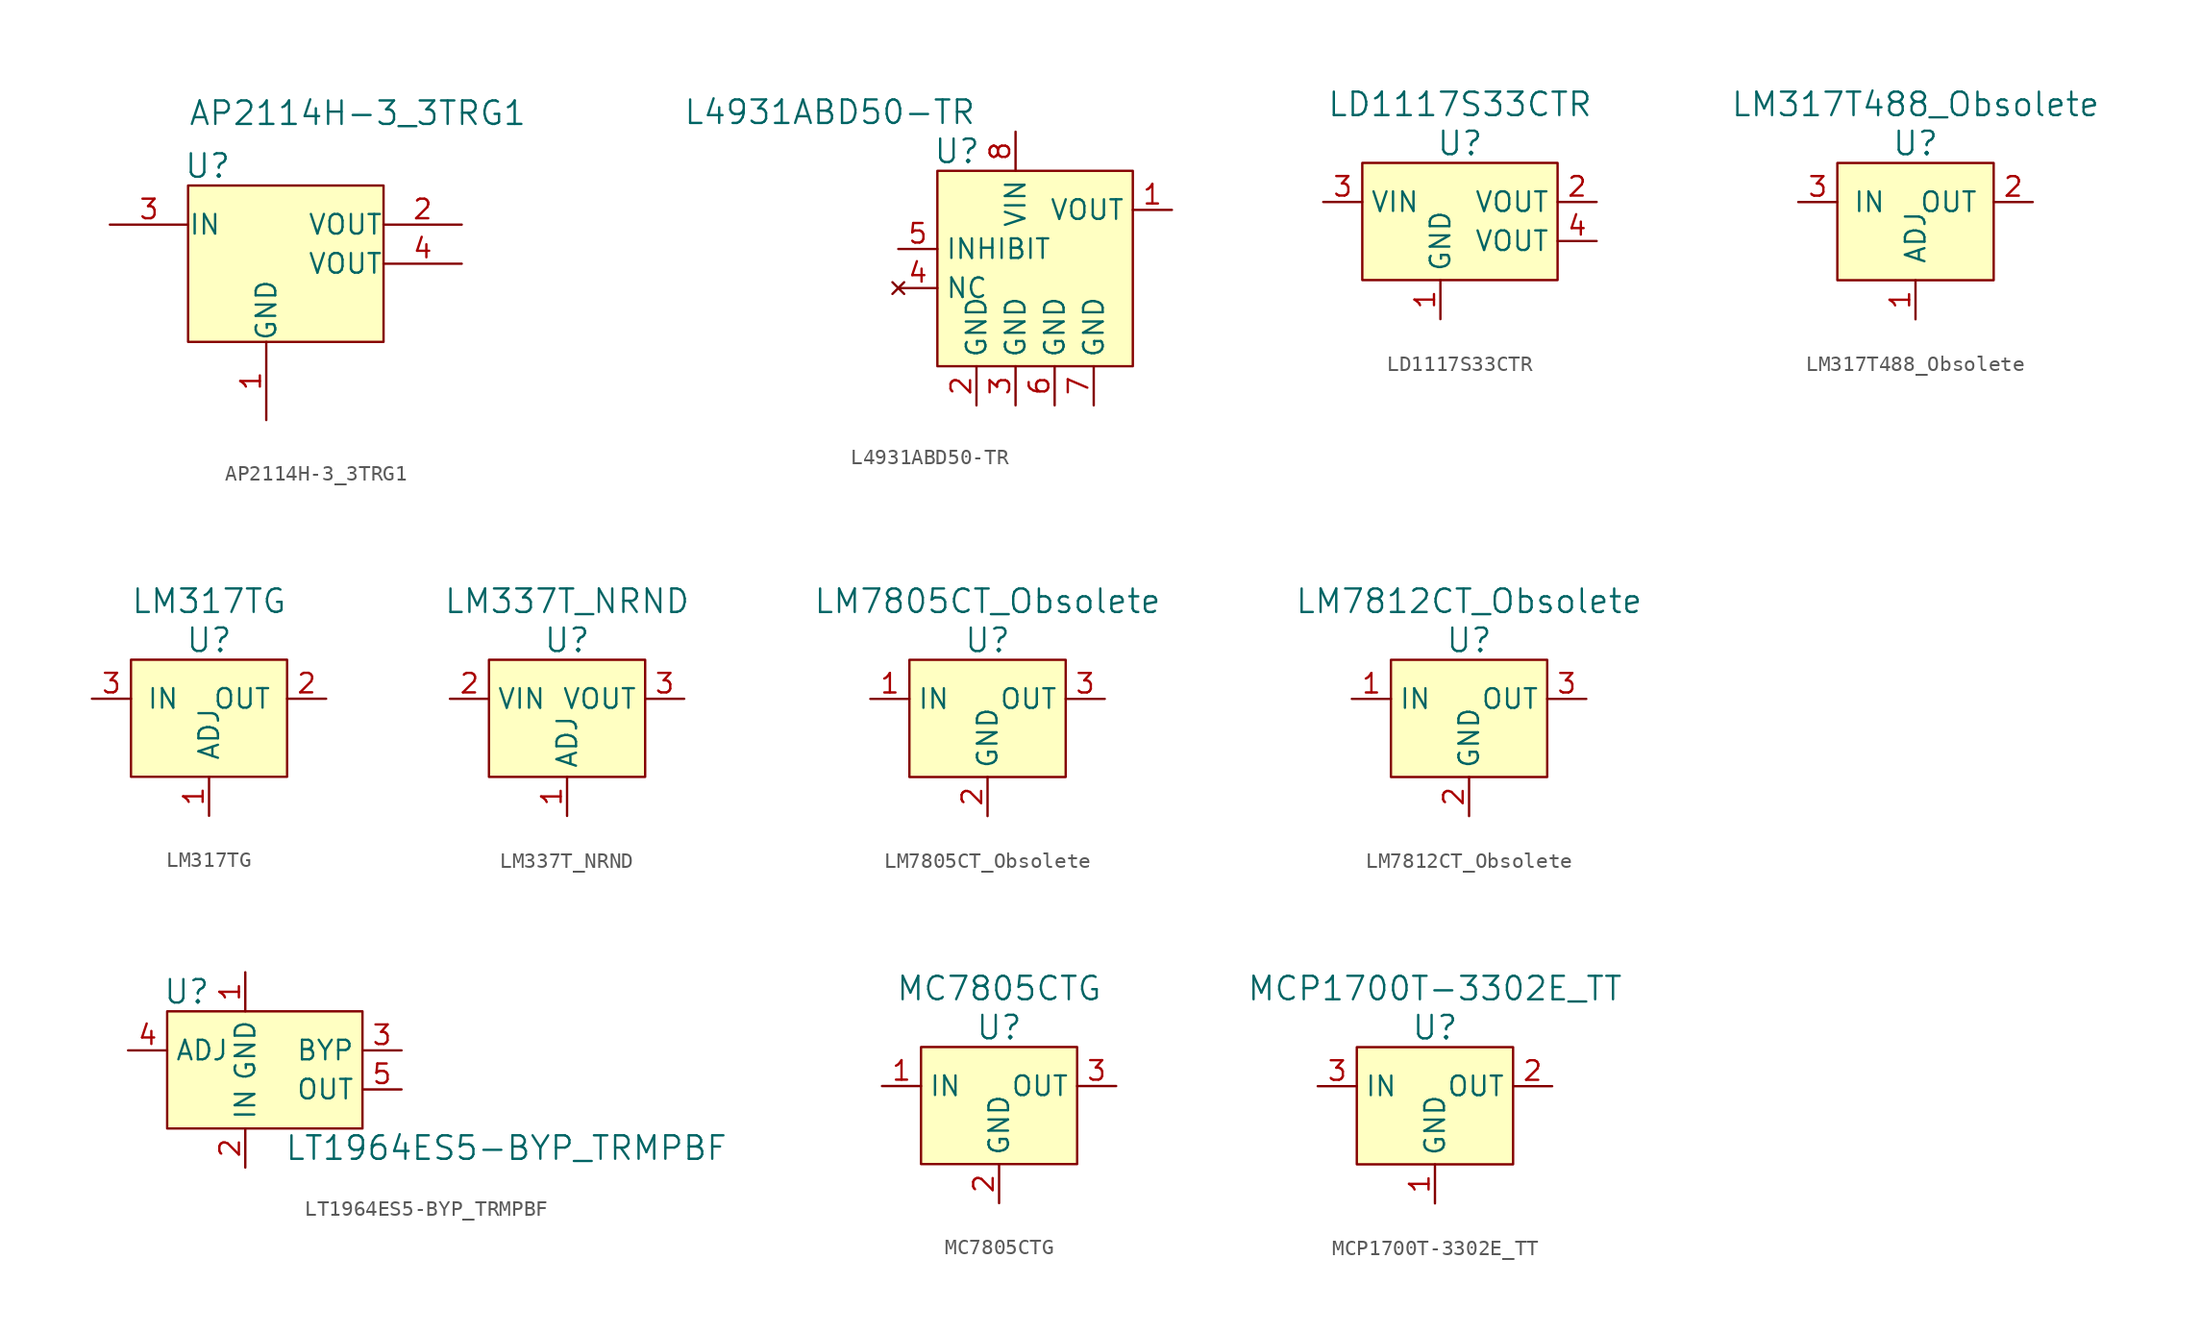
<source format=kicad_sym>
(kicad_symbol_lib
  (version 20201005)
  (generator kicad_symbol_editor)
  (symbol "AP2114H-3_3TRG1"
    (pin_names
      (offset 0.025))
    (property "Reference" "U"
      (at -6.35 3.81 0)
      (effects (font (size 1.524 1.524))))
    (property "Value" "AP2114H-3_3TRG1"
      (at -7.62 6.35 0)
      (effects (font (size 1.524 1.524)) (justify left bottom)))
    (symbol "AP2114H-3_3TRG1_0_1"
      (rectangle (start -7.62 2.54) (end 5.08 -7.62) (stroke (width 0)) (fill (type background))))
    (symbol "AP2114H-3_3TRG1_1_1"
      (pin power_in line (at -2.54 -12.7 90) (length 5.08) (name "GND" (effects (font (size 1.27 1.27)))) (number "1" (effects (font (size 1.27 1.27)))))
      (pin output line (at 10.16 0 180) (length 5.08) (name "VOUT" (effects (font (size 1.27 1.27)))) (number "2" (effects (font (size 1.27 1.27)))))
      (pin input line (at -12.7 0 0) (length 5.08) (name "IN" (effects (font (size 1.27 1.27)))) (number "3" (effects (font (size 1.27 1.27)))))
      (pin power_out line (at 10.16 -2.54 180) (length 5.08) (name "VOUT" (effects (font (size 1.27 1.27)))) (number "4" (effects (font (size 1.27 1.27)))))))
  (symbol "L4931ABD50-TR"
    (property "Reference" "U"
      (at -6.35 6.35 0)
      (effects (font (size 1.524 1.524))))
    (property "Value" "L4931ABD50-TR"
      (at -5.08 8.89 0)
      (effects (font (size 1.524 1.524)) (justify right)))
    (symbol "L4931ABD50-TR_0_1"
      (rectangle (start -7.62 5.08) (end 5.08 -7.62) (stroke (width 0)) (fill (type background))))
    (symbol "L4931ABD50-TR_1_1"
      (pin power_out line (at 7.62 2.54 180) (length 2.54) (name "VOUT" (effects (font (size 1.27 1.27)))) (number "1" (effects (font (size 1.27 1.27)))))
      (pin power_in line (at -5.08 -10.16 90) (length 2.54) (name "GND" (effects (font (size 1.27 1.27)))) (number "2" (effects (font (size 1.27 1.27)))))
      (pin power_in line (at -2.54 -10.16 90) (length 2.54) (name "GND" (effects (font (size 1.27 1.27)))) (number "3" (effects (font (size 1.27 1.27)))))
      (pin no_connect line (at -10.16 -2.54 0) (length 2.54) (name "NC" (effects (font (size 1.27 1.27)))) (number "4" (effects (font (size 1.27 1.27)))))
      (pin input line (at -10.16 0 0) (length 2.54) (name "INHIBIT" (effects (font (size 1.27 1.27)))) (number "5" (effects (font (size 1.27 1.27)))))
      (pin power_in line (at 0 -10.16 90) (length 2.54) (name "GND" (effects (font (size 1.27 1.27)))) (number "6" (effects (font (size 1.27 1.27)))))
      (pin power_in line (at 2.54 -10.16 90) (length 2.54) (name "GND" (effects (font (size 1.27 1.27)))) (number "7" (effects (font (size 1.27 1.27)))))
      (pin power_in line (at -2.54 7.62 270) (length 2.54) (name "VIN" (effects (font (size 1.27 1.27)))) (number "8" (effects (font (size 1.27 1.27)))))))
  (symbol "LD1117S33CTR"
    (property "Reference" "U"
      (at 1.27 3.81 0)
      (effects (font (size 1.524 1.524))))
    (property "Value" "LD1117S33CTR"
      (at 1.27 6.35 0)
      (effects (font (size 1.524 1.524))))
    (symbol "LD1117S33CTR_1_1"
      (rectangle (start -5.08 2.54) (end 7.62 -5.08) (stroke (width 0)) (fill (type background)))
      (pin power_in line (at 0 -7.62 90) (length 2.54) (name "GND" (effects (font (size 1.27 1.27)))) (number "1" (effects (font (size 1.27 1.27)))))
      (pin power_out line (at 10.16 0 180) (length 2.54) (name "VOUT" (effects (font (size 1.27 1.27)))) (number "2" (effects (font (size 1.27 1.27)))))
      (pin power_in line (at -7.62 0 0) (length 2.54) (name "VIN" (effects (font (size 1.27 1.27)))) (number "3" (effects (font (size 1.27 1.27)))))
      (pin power_out line (at 10.16 -2.54 180) (length 2.54) (name "VOUT" (effects (font (size 1.27 1.27)))) (number "4" (effects (font (size 1.27 1.27)))))))
  (symbol "LM317T488_Obsolete"
    (pin_names
      (offset 1.016))
    (property "Reference" "U"
      (at 0 3.81 0)
      (effects (font (size 1.524 1.524))))
    (property "Value" "LM317T488_Obsolete"
      (at 0 6.35 0)
      (effects (font (size 1.524 1.524))))
    (symbol "LM317T488_Obsolete_0_1"
      (rectangle (start -5.08 2.54) (end 5.08 -5.08) (stroke (width 0)) (fill (type background))))
    (symbol "LM317T488_Obsolete_1_1"
      (pin input line (at 0 -7.62 90) (length 2.54) (name "ADJ" (effects (font (size 1.27 1.27)))) (number "1" (effects (font (size 1.27 1.27)))))
      (pin power_out line (at 7.62 0 180) (length 2.54) (name "OUT" (effects (font (size 1.27 1.27)))) (number "2" (effects (font (size 1.27 1.27)))))
      (pin power_in line (at -7.62 0 0) (length 2.54) (name "IN" (effects (font (size 1.27 1.27)))) (number "3" (effects (font (size 1.27 1.27)))))))
  (symbol "LM317TG"
    (pin_names
      (offset 1.016))
    (property "Reference" "U"
      (at 0 3.81 0)
      (effects (font (size 1.524 1.524))))
    (property "Value" "LM317TG"
      (at 0 6.35 0)
      (effects (font (size 1.524 1.524))))
    (symbol "LM317TG_0_1"
      (rectangle (start -5.08 2.54) (end 5.08 -5.08) (stroke (width 0)) (fill (type background))))
    (symbol "LM317TG_1_1"
      (pin input line (at 0 -7.62 90) (length 2.54) (name "ADJ" (effects (font (size 1.27 1.27)))) (number "1" (effects (font (size 1.27 1.27)))))
      (pin power_out line (at 7.62 0 180) (length 2.54) (name "OUT" (effects (font (size 1.27 1.27)))) (number "2" (effects (font (size 1.27 1.27)))))
      (pin power_in line (at -7.62 0 0) (length 2.54) (name "IN" (effects (font (size 1.27 1.27)))) (number "3" (effects (font (size 1.27 1.27)))))))
  (symbol "LM337T_NRND"
    (property "Reference" "U"
      (at 0 3.81 0)
      (effects (font (size 1.524 1.524))))
    (property "Value" "LM337T_NRND"
      (at 0 6.35 0)
      (effects (font (size 1.524 1.524))))
    (symbol "LM337T_NRND_0_1"
      (rectangle (start -5.08 2.54) (end 5.08 -5.08) (stroke (width 0)) (fill (type background))))
    (symbol "LM337T_NRND_1_1"
      (pin input line (at 0 -7.62 90) (length 2.54) (name "ADJ" (effects (font (size 1.27 1.27)))) (number "1" (effects (font (size 1.27 1.27)))))
      (pin power_in line (at -7.62 0 0) (length 2.54) (name "VIN" (effects (font (size 1.27 1.27)))) (number "2" (effects (font (size 1.27 1.27)))))
      (pin power_out line (at 7.62 0 180) (length 2.54) (name "VOUT" (effects (font (size 1.27 1.27)))) (number "3" (effects (font (size 1.27 1.27)))))))
  (symbol "LM7805CT_Obsolete"
    (property "Reference" "U"
      (at 0 3.81 0)
      (effects (font (size 1.524 1.524))))
    (property "Value" "LM7805CT_Obsolete"
      (at 0 6.35 0)
      (effects (font (size 1.524 1.524))))
    (symbol "LM7805CT_Obsolete_0_1"
      (rectangle (start -5.08 2.54) (end 5.08 -5.08) (stroke (width 0)) (fill (type background))))
    (symbol "LM7805CT_Obsolete_1_1"
      (pin power_in line (at -7.62 0 0) (length 2.54) (name "IN" (effects (font (size 1.27 1.27)))) (number "1" (effects (font (size 1.27 1.27)))))
      (pin power_in line (at 0 -7.62 90) (length 2.54) (name "GND" (effects (font (size 1.27 1.27)))) (number "2" (effects (font (size 1.27 1.27)))))
      (pin power_out line (at 7.62 0 180) (length 2.54) (name "OUT" (effects (font (size 1.27 1.27)))) (number "3" (effects (font (size 1.27 1.27)))))))
  (symbol "LM7812CT_Obsolete"
    (property "Reference" "U"
      (at 0 3.81 0)
      (effects (font (size 1.524 1.524))))
    (property "Value" "LM7812CT_Obsolete"
      (at 0 6.35 0)
      (effects (font (size 1.524 1.524))))
    (symbol "LM7812CT_Obsolete_0_1"
      (rectangle (start -5.08 2.54) (end 5.08 -5.08) (stroke (width 0)) (fill (type background))))
    (symbol "LM7812CT_Obsolete_1_1"
      (pin power_in line (at -7.62 0 0) (length 2.54) (name "IN" (effects (font (size 1.27 1.27)))) (number "1" (effects (font (size 1.27 1.27)))))
      (pin power_in line (at 0 -7.62 90) (length 2.54) (name "GND" (effects (font (size 1.27 1.27)))) (number "2" (effects (font (size 1.27 1.27)))))
      (pin power_out line (at 7.62 0 180) (length 2.54) (name "OUT" (effects (font (size 1.27 1.27)))) (number "3" (effects (font (size 1.27 1.27)))))))
  (symbol "LT1964ES5-BYP_TRMPBF"
    (property "Reference" "U"
      (at -3.81 3.81 0)
      (effects (font (size 1.524 1.524))))
    (property "Value" "LT1964ES5-BYP_TRMPBF"
      (at 2.54 -6.35 0)
      (effects (font (size 1.524 1.524)) (justify left)))
    (symbol "LT1964ES5-BYP_TRMPBF_0_1"
      (rectangle (start -5.08 2.54) (end 7.62 -5.08) (stroke (width 0)) (fill (type background))))
    (symbol "LT1964ES5-BYP_TRMPBF_1_1"
      (pin power_in line (at 0 5.08 270) (length 2.54) (name "GND" (effects (font (size 1.27 1.27)))) (number "1" (effects (font (size 1.27 1.27)))))
      (pin power_in line (at 0 -7.62 90) (length 2.54) (name "IN" (effects (font (size 1.27 1.27)))) (number "2" (effects (font (size 1.27 1.27)))))
      (pin passive line (at 10.16 0 180) (length 2.54) (name "BYP" (effects (font (size 1.27 1.27)))) (number "3" (effects (font (size 1.27 1.27)))))
      (pin input line (at -7.62 0 0) (length 2.54) (name "ADJ" (effects (font (size 1.27 1.27)))) (number "4" (effects (font (size 1.27 1.27)))))
      (pin output line (at 10.16 -2.54 180) (length 2.54) (name "OUT" (effects (font (size 1.27 1.27)))) (number "5" (effects (font (size 1.27 1.27)))))))
  (symbol "MC7805CTG"
    (property "Reference" "U"
      (at 0 3.81 0)
      (effects (font (size 1.524 1.524))))
    (property "Value" "MC7805CTG"
      (at 0 6.35 0)
      (effects (font (size 1.524 1.524))))
    (symbol "MC7805CTG_0_1"
      (rectangle (start -5.08 2.54) (end 5.08 -5.08) (stroke (width 0)) (fill (type background))))
    (symbol "MC7805CTG_1_1"
      (pin power_in line (at -7.62 0 0) (length 2.54) (name "IN" (effects (font (size 1.27 1.27)))) (number "1" (effects (font (size 1.27 1.27)))))
      (pin power_in line (at 0 -7.62 90) (length 2.54) (name "GND" (effects (font (size 1.27 1.27)))) (number "2" (effects (font (size 1.27 1.27)))))
      (pin power_out line (at 7.62 0 180) (length 2.54) (name "OUT" (effects (font (size 1.27 1.27)))) (number "3" (effects (font (size 1.27 1.27)))))))
  (symbol "MCP1700T-3302E_TT"
    (property "Reference" "U"
      (at 0 3.81 0)
      (effects (font (size 1.524 1.524))))
    (property "Value" "MCP1700T-3302E_TT"
      (at 0 6.35 0)
      (effects (font (size 1.524 1.524))))
    (symbol "MCP1700T-3302E_TT_0_1"
      (rectangle (start -5.08 2.54) (end 5.08 -5.08) (stroke (width 0)) (fill (type background))))
    (symbol "MCP1700T-3302E_TT_1_1"
      (pin power_in line (at 0 -7.62 90) (length 2.54) (name "GND" (effects (font (size 1.27 1.27)))) (number "1" (effects (font (size 1.27 1.27)))))
      (pin power_out line (at 7.62 0 180) (length 2.54) (name "OUT" (effects (font (size 1.27 1.27)))) (number "2" (effects (font (size 1.27 1.27)))))
      (pin power_in line (at -7.62 0 0) (length 2.54) (name "IN" (effects (font (size 1.27 1.27)))) (number "3" (effects (font (size 1.27 1.27))))))))
</source>
